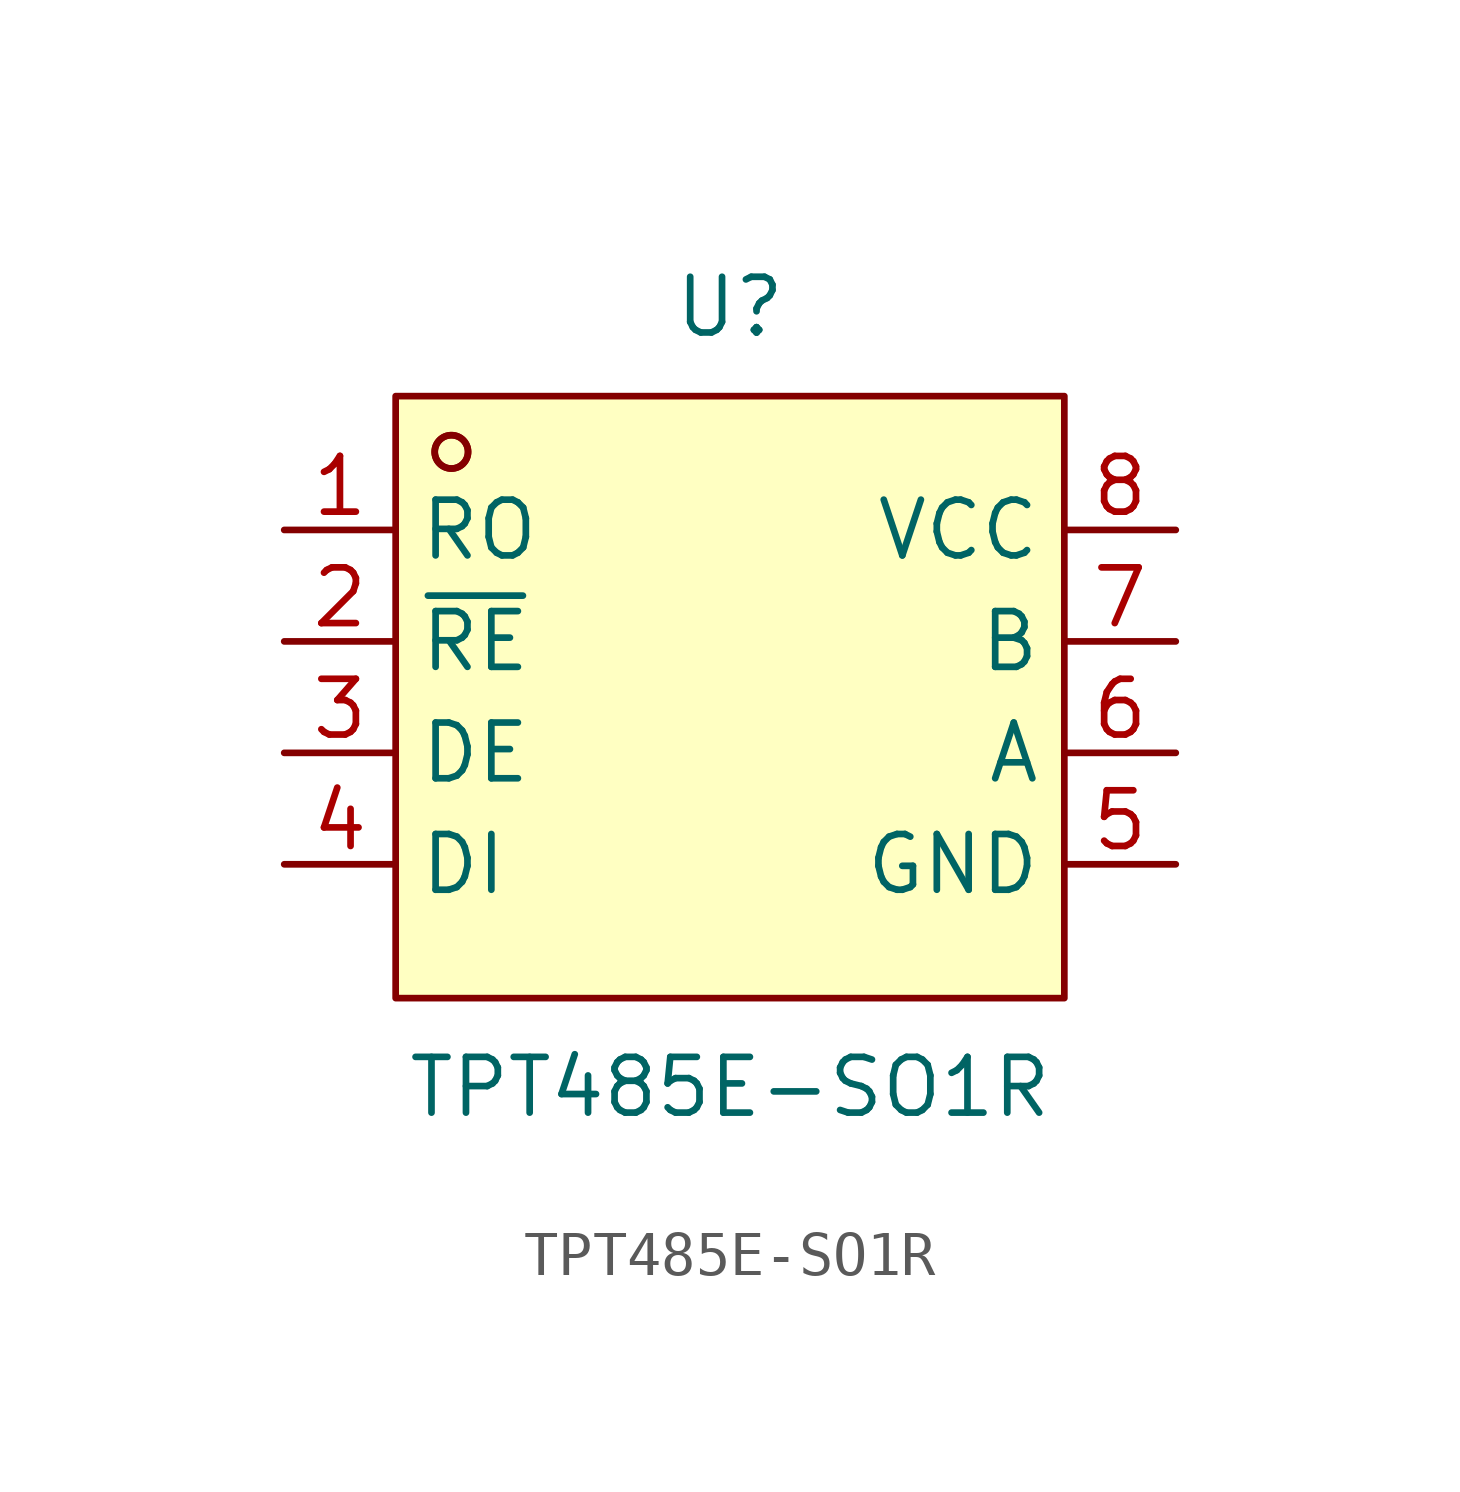
<source format=kicad_sym>
(kicad_symbol_lib
  (version 20231120)
  (generator "kicad_symbol_editor")
  (generator_version "8.0")
  (symbol "TPT485E-SO1R"
    (property "Reference" "U"
      (at 0 10.16 0)
      (effects (font (size 1.27 1.27))))
    (property "Value" "TPT485E-SO1R"
      (at 0 -7.62 0)
      (effects (font (size 1.27 1.27))))
    (symbol "TPT485E-SO1R_0_1"
      (rectangle (start -7.62 8.13) (end 7.62 -5.59) (stroke (width 0) (type default)) (fill (type background)))
      (circle (center -6.35 6.86) (radius 0.38) (stroke (width 0) (type default)) (fill (type none)))
      (circle (center -6.35 6.86) (radius 0.38) (stroke (width 0) (type default)) (fill (type none)))
      (pin bidirectional line (at -10.16 5.08 0) (length 2.54) (name "RO" (effects (font (size 1.27 1.27)))) (number "1" (effects (font (size 1.27 1.27)))))
      (pin bidirectional line (at -10.16 2.54 0) (length 2.54) (name "~{RE}" (effects (font (size 1.27 1.27)))) (number "2" (effects (font (size 1.27 1.27)))))
      (pin bidirectional line (at -10.16 0 0) (length 2.54) (name "DE" (effects (font (size 1.27 1.27)))) (number "3" (effects (font (size 1.27 1.27)))))
      (pin bidirectional line (at -10.16 -2.54 0) (length 2.54) (name "DI" (effects (font (size 1.27 1.27)))) (number "4" (effects (font (size 1.27 1.27)))))
      (pin power_in line (at 10.16 -2.54 180) (length 2.54) (name "GND" (effects (font (size 1.27 1.27)))) (number "5" (effects (font (size 1.27 1.27)))))
      (pin bidirectional line (at 10.16 0 180) (length 2.54) (name "A" (effects (font (size 1.27 1.27)))) (number "6" (effects (font (size 1.27 1.27)))))
      (pin bidirectional line (at 10.16 2.54 180) (length 2.54) (name "B" (effects (font (size 1.27 1.27)))) (number "7" (effects (font (size 1.27 1.27)))))
      (pin power_in line (at 10.16 5.08 180) (length 2.54) (name "VCC" (effects (font (size 1.27 1.27)))) (number "8" (effects (font (size 1.27 1.27))))))))
</source>
